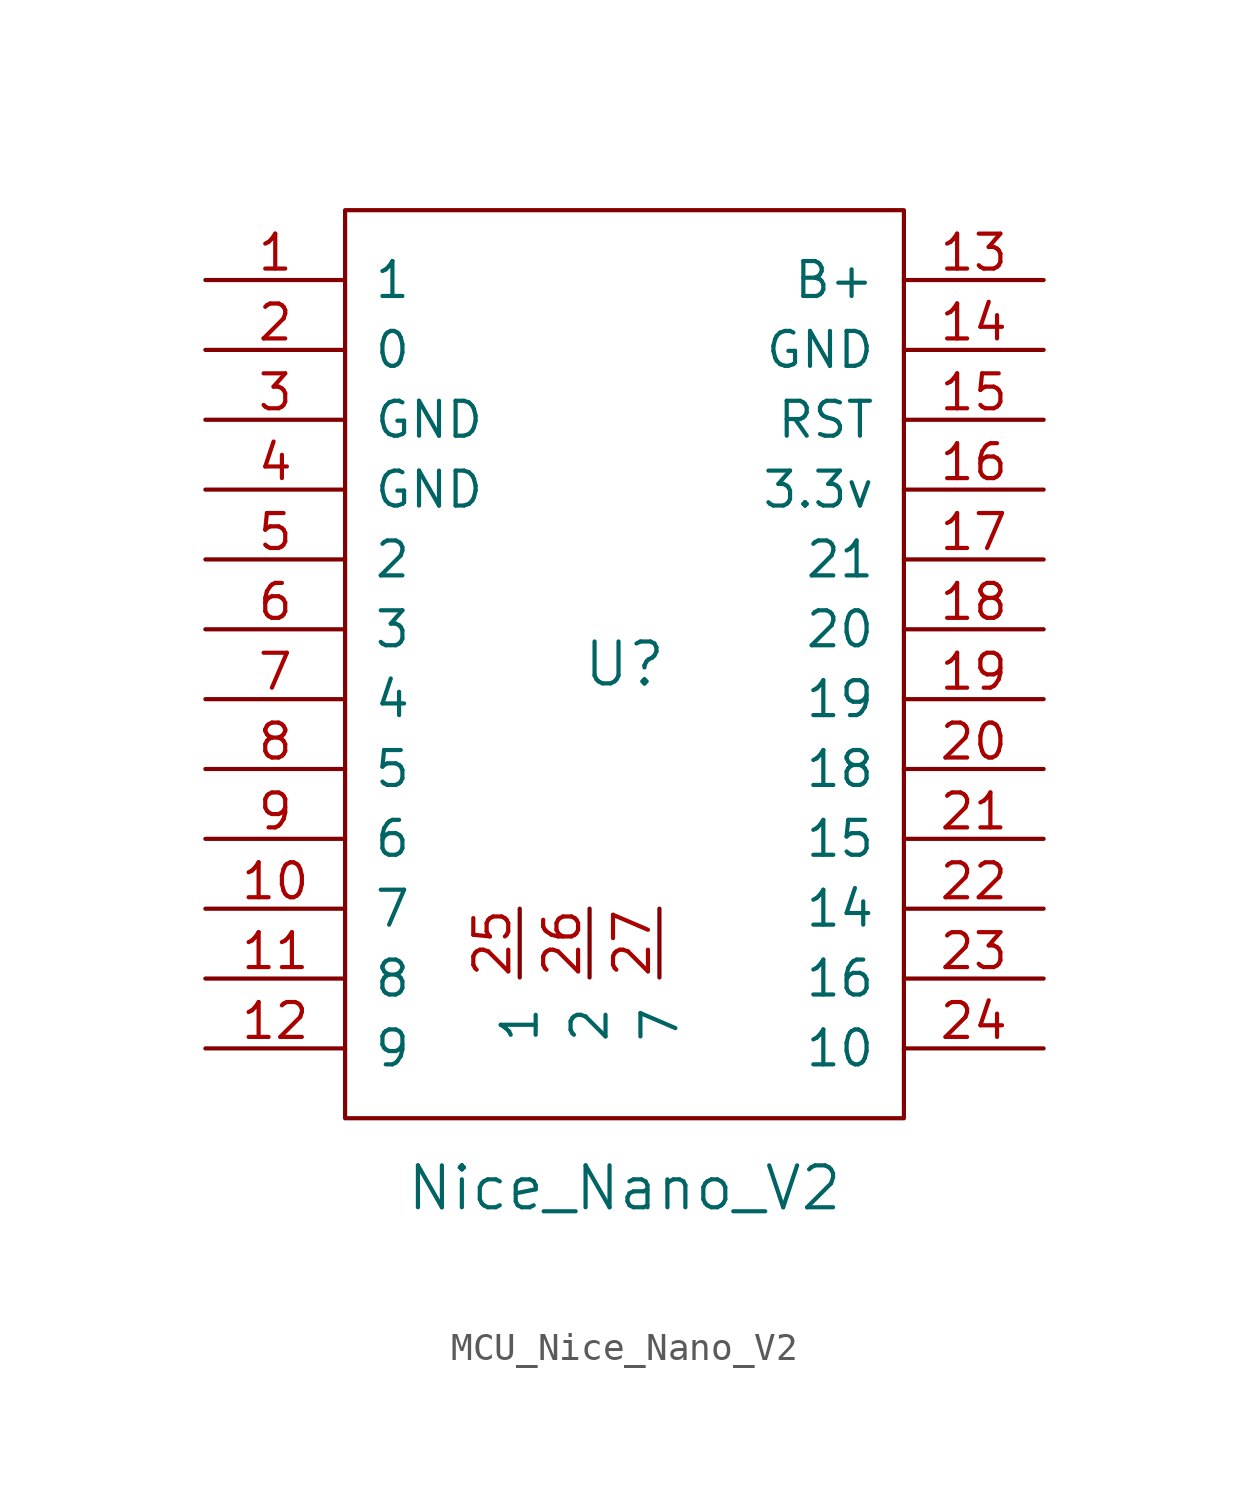
<source format=kicad_sym>
(kicad_symbol_lib
  (version 20231120)
  (generator "kicad_symbol_editor")
  (generator_version "8.0")
  (symbol "MCU_Nice_Nano_V2"
    (pin_names
      (offset 1.016))
    (property "Reference" "U"
      (at 0 0 0)
      (effects (font (size 1.524 1.524))))
    (property "Value" "Nice_Nano_V2"
      (at 0 -19.05 0)
      (effects (font (size 1.524 1.524))))
    (symbol "MCU_Nice_Nano_V2_0_1"
      (rectangle (start -10.16 16.51) (end 10.16 -16.51) (stroke (width 0) (type solid)) (fill (type none))))
    (symbol "MCU_Nice_Nano_V2_1_1"
      (pin input line (at -15.24 13.97 0) (length 5.08) (name "1" (effects (font (size 1.27 1.27)))) (number "1" (effects (font (size 1.27 1.27)))))
      (pin input line (at -15.24 -8.89 0) (length 5.08) (name "7" (effects (font (size 1.27 1.27)))) (number "10" (effects (font (size 1.27 1.27)))))
      (pin input line (at -15.24 -11.43 0) (length 5.08) (name "8" (effects (font (size 1.27 1.27)))) (number "11" (effects (font (size 1.27 1.27)))))
      (pin input line (at -15.24 -13.97 0) (length 5.08) (name "9" (effects (font (size 1.27 1.27)))) (number "12" (effects (font (size 1.27 1.27)))))
      (pin input line (at 15.24 13.97 180) (length 5.08) (name "B+" (effects (font (size 1.27 1.27)))) (number "13" (effects (font (size 1.27 1.27)))))
      (pin input line (at 15.24 11.43 180) (length 5.08) (name "GND" (effects (font (size 1.27 1.27)))) (number "14" (effects (font (size 1.27 1.27)))))
      (pin input line (at 15.24 8.89 180) (length 5.08) (name "RST" (effects (font (size 1.27 1.27)))) (number "15" (effects (font (size 1.27 1.27)))))
      (pin input line (at 15.24 6.35 180) (length 5.08) (name "3.3v" (effects (font (size 1.27 1.27)))) (number "16" (effects (font (size 1.27 1.27)))))
      (pin input line (at 15.24 3.81 180) (length 5.08) (name "21" (effects (font (size 1.27 1.27)))) (number "17" (effects (font (size 1.27 1.27)))))
      (pin input line (at 15.24 1.27 180) (length 5.08) (name "20" (effects (font (size 1.27 1.27)))) (number "18" (effects (font (size 1.27 1.27)))))
      (pin input line (at 15.24 -1.27 180) (length 5.08) (name "19" (effects (font (size 1.27 1.27)))) (number "19" (effects (font (size 1.27 1.27)))))
      (pin input line (at -15.24 11.43 0) (length 5.08) (name "0" (effects (font (size 1.27 1.27)))) (number "2" (effects (font (size 1.27 1.27)))))
      (pin input line (at 15.24 -3.81 180) (length 5.08) (name "18" (effects (font (size 1.27 1.27)))) (number "20" (effects (font (size 1.27 1.27)))))
      (pin input line (at 15.24 -6.35 180) (length 5.08) (name "15" (effects (font (size 1.27 1.27)))) (number "21" (effects (font (size 1.27 1.27)))))
      (pin input line (at 15.24 -8.89 180) (length 5.08) (name "14" (effects (font (size 1.27 1.27)))) (number "22" (effects (font (size 1.27 1.27)))))
      (pin input line (at 15.24 -11.43 180) (length 5.08) (name "16" (effects (font (size 1.27 1.27)))) (number "23" (effects (font (size 1.27 1.27)))))
      (pin input line (at 15.24 -13.97 180) (length 5.08) (name "10" (effects (font (size 1.27 1.27)))) (number "24" (effects (font (size 1.27 1.27)))))
      (pin input line (at -3.81 -8.89 270) (length 2.5) (name "1" (effects (font (size 1.27 1.27)))) (number "25" (effects (font (size 1.27 1.27)))))
      (pin input line (at -1.27 -8.89 270) (length 2.5) (name "2" (effects (font (size 1.27 1.27)))) (number "26" (effects (font (size 1.27 1.27)))))
      (pin input line (at 1.27 -8.89 270) (length 2.5) (name "7" (effects (font (size 1.27 1.27)))) (number "27" (effects (font (size 1.27 1.27)))))
      (pin input line (at -15.24 8.89 0) (length 5.08) (name "GND" (effects (font (size 1.27 1.27)))) (number "3" (effects (font (size 1.27 1.27)))))
      (pin input line (at -15.24 6.35 0) (length 5.08) (name "GND" (effects (font (size 1.27 1.27)))) (number "4" (effects (font (size 1.27 1.27)))))
      (pin input line (at -15.24 3.81 0) (length 5.08) (name "2" (effects (font (size 1.27 1.27)))) (number "5" (effects (font (size 1.27 1.27)))))
      (pin input line (at -15.24 1.27 0) (length 5.08) (name "3" (effects (font (size 1.27 1.27)))) (number "6" (effects (font (size 1.27 1.27)))))
      (pin input line (at -15.24 -1.27 0) (length 5.08) (name "4" (effects (font (size 1.27 1.27)))) (number "7" (effects (font (size 1.27 1.27)))))
      (pin input line (at -15.24 -3.81 0) (length 5.08) (name "5" (effects (font (size 1.27 1.27)))) (number "8" (effects (font (size 1.27 1.27)))))
      (pin input line (at -15.24 -6.35 0) (length 5.08) (name "6" (effects (font (size 1.27 1.27)))) (number "9" (effects (font (size 1.27 1.27))))))))
</source>
